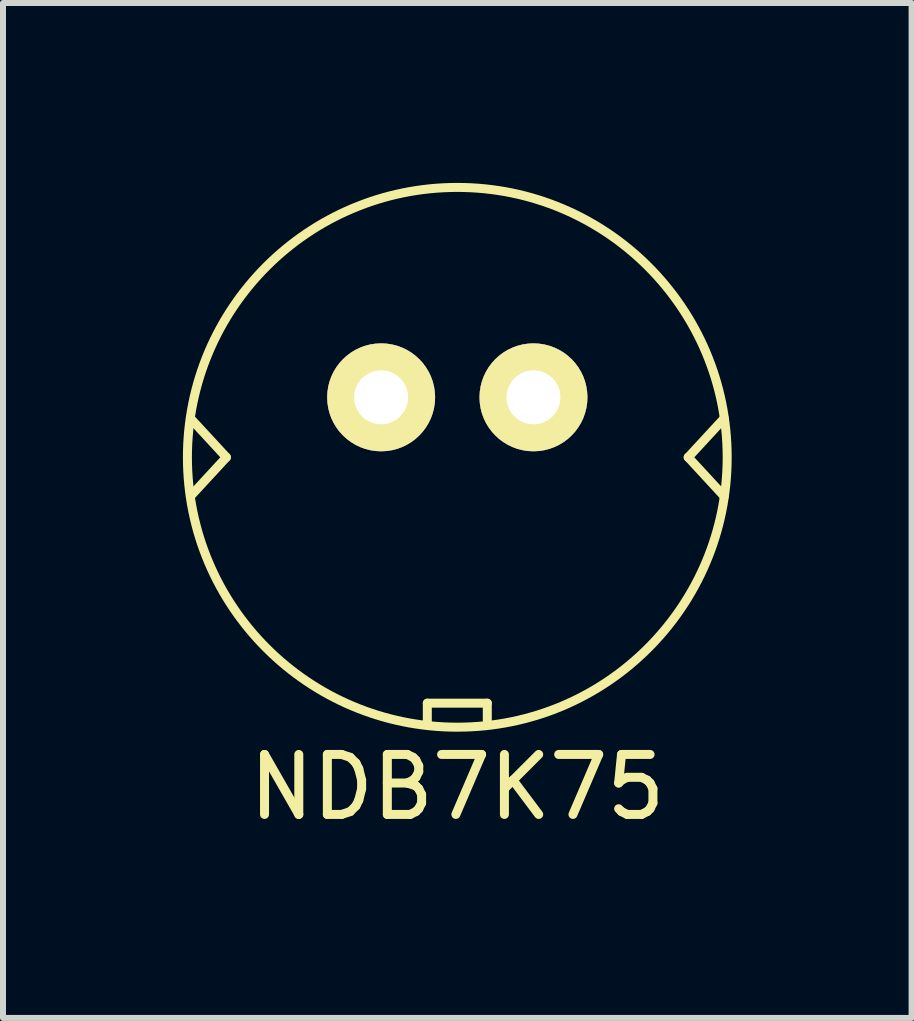
<source format=kicad_pcb>
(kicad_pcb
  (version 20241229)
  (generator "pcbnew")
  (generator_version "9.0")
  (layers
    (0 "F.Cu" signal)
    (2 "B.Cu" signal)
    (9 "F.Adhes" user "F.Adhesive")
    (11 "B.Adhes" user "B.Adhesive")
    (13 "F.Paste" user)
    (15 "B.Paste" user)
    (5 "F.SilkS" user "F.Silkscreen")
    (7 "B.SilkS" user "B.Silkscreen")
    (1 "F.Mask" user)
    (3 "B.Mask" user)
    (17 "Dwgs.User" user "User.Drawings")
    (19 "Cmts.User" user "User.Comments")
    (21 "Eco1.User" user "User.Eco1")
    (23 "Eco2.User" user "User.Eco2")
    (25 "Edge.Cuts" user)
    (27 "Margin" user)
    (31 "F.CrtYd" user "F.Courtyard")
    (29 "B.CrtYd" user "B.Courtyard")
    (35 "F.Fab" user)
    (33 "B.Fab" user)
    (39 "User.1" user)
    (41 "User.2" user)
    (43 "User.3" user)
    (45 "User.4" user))
  (footprint "NDB7K75"
    (layer "F.Cu")
    (at 4.575 4.575)
    (property "Reference" "NDB7K75" (at 0 5.5 0) (layer "F.SilkS") (effects (font (size 1 1) (thickness 0.15))))
    (attr through_hole)
    (fp_line (start -4.45 -0.65) (end -3.85 0) (stroke (width 0.15) (type solid)) (layer "F.SilkS"))
    (fp_line (start -3.85 0) (end -4.45 0.65) (stroke (width 0.15) (type solid)) (layer "F.SilkS"))
    (fp_line (start -0.5 4.1) (end 0.5 4.1) (stroke (width 0.15) (type solid)) (layer "F.SilkS"))
    (fp_line (start -0.5 4.45) (end -0.5 4.1) (stroke (width 0.15) (type solid)) (layer "F.SilkS"))
    (fp_line (start 0.5 4.1) (end 0.5 4.45) (stroke (width 0.15) (type solid)) (layer "F.SilkS"))
    (fp_line (start 3.85 0) (end 4.45 0.65) (stroke (width 0.15) (type solid)) (layer "F.SilkS"))
    (fp_line (start 4.45 -0.65) (end 3.85 0) (stroke (width 0.15) (type solid)) (layer "F.SilkS"))
    (fp_circle (center 0 0) (end 4.5 0) (stroke (width 0.15) (type solid)) (fill no) (layer "F.SilkS"))
    (pad "1" thru_hole circle (at -1.27 -1) (size 1.8 1.8) (drill 0.9) (layers "*.Cu" "*.Mask" "F.SilkS"))
    (pad "2" thru_hole circle (at 1.27 -1) (size 1.8 1.8) (drill 0.9) (layers "*.Cu" "*.Mask" "F.SilkS")))
  (gr_rect
    (start -3 -3)
    (end 12.15 13.923)
    (stroke (width 0.1) (type default))
    (fill no)
    (layer "Edge.Cuts")))
</source>
